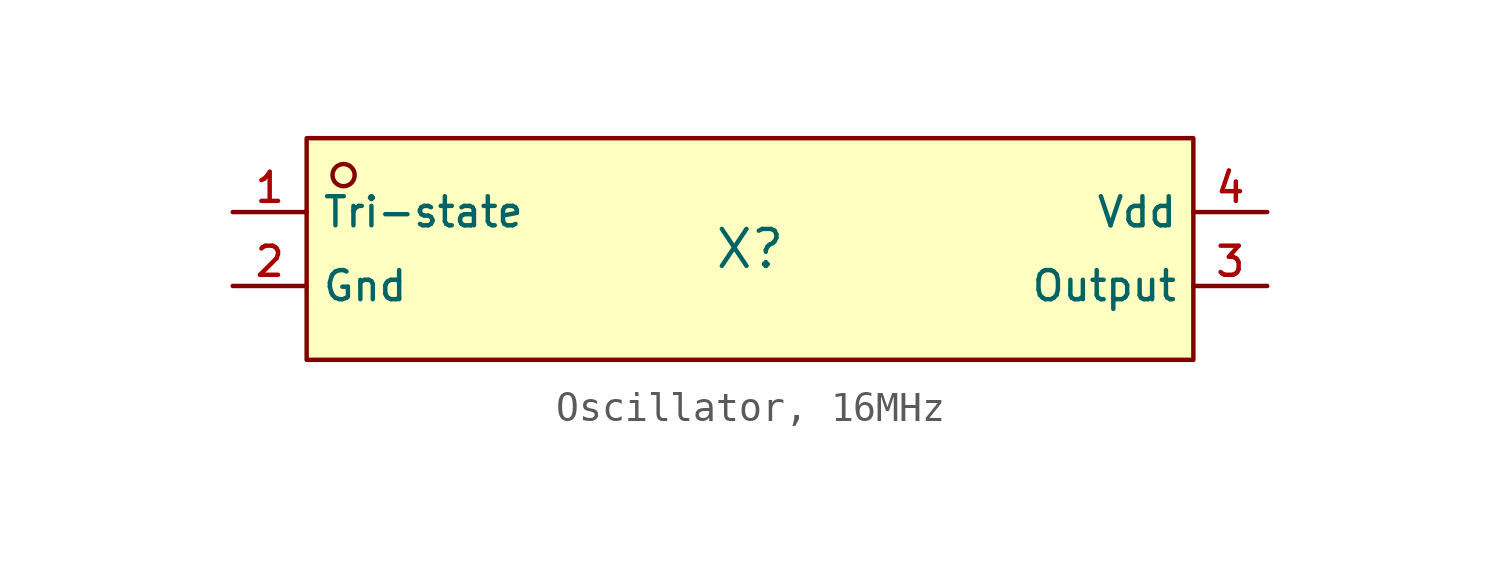
<source format=kicad_sym>
(kicad_symbol_lib
  (version 20231120)
  (generator "CDFER_Archive_Tool")
  (generator_version "0.0")
  (symbol "Oscillator, 16MHz"
    (property "Reference" "X"
      (at 0 1.27 0)
      (effects (font (size 1.27 1.27))))
    (symbol "Oscillator, 16MHz_0_1"
      (rectangle (start -15.24 5.08) (end 15.24 -2.54) (stroke (width 0) (type default)) (fill (type background)))
      (circle (center -13.97 3.81) (radius 0.381) (stroke (width 0) (type default)) (fill (type background)))
      (pin unspecified line (at -17.78 2.54 0) (length 2.54) (name "Tri-state" (effects (font (size 1 1)))) (number "1" (effects (font (size 1 1)))))
      (pin unspecified line (at -17.78 0 0) (length 2.54) (name "Gnd" (effects (font (size 1 1)))) (number "2" (effects (font (size 1 1)))))
      (pin unspecified line (at 17.78 0 180) (length 2.54) (name "Output" (effects (font (size 1 1)))) (number "3" (effects (font (size 1 1)))))
      (pin unspecified line (at 17.78 2.54 180) (length 2.54) (name "Vdd" (effects (font (size 1 1)))) (number "4" (effects (font (size 1 1))))))))
</source>
